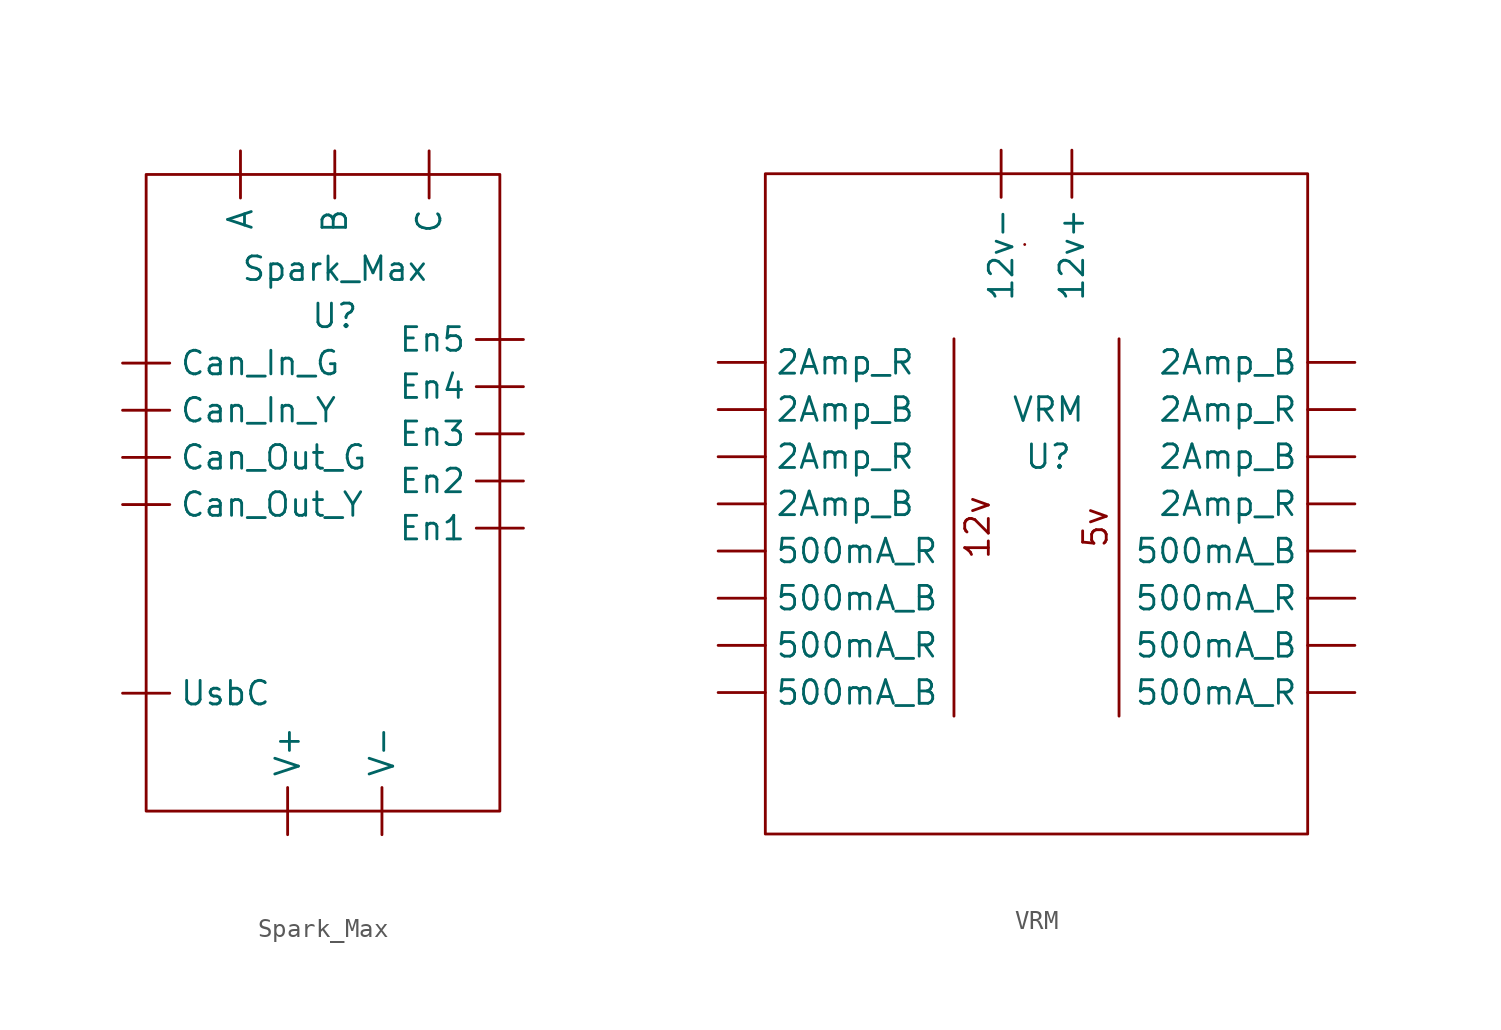
<source format=kicad_sym>
(kicad_symbol_lib
  (version 20211014)
  (generator kicad_symbol_editor)
  (symbol "Spark_Max"
    (property "Reference" "U"
      (at -3.81 -2.54 0)
      (effects (font (size 1.27 1.27))))
    (property "Value" "Spark_Max"
      (at -3.81 0 0)
      (effects (font (size 1.27 1.27))))
    (symbol "Spark_Max_0_0"
      (pin input line (at -15.24 -5.08 0) (length 2.54) (name "Can_In_G" (effects (font (size 1.27 1.27)))) (number "" (effects (font (size 1.27 1.27)))))
      (pin input line (at -15.24 -7.62 0) (length 2.54) (name "Can_In_Y" (effects (font (size 1.27 1.27)))) (number "" (effects (font (size 1.27 1.27)))))
      (pin input line (at -15.24 -10.16 0) (length 2.54) (name "Can_Out_G" (effects (font (size 1.27 1.27)))) (number "" (effects (font (size 1.27 1.27)))))
      (pin input line (at -15.24 -12.7 0) (length 2.54) (name "Can_Out_Y" (effects (font (size 1.27 1.27)))) (number "" (effects (font (size 1.27 1.27)))))
      (pin input line (at 6.35 -13.97 180) (length 2.54) (name "En1" (effects (font (size 1.27 1.27)))) (number "" (effects (font (size 1.27 1.27)))))
      (pin input line (at 6.35 -11.43 180) (length 2.54) (name "En2" (effects (font (size 1.27 1.27)))) (number "" (effects (font (size 1.27 1.27)))))
      (pin input line (at 6.35 -8.89 180) (length 2.54) (name "En3" (effects (font (size 1.27 1.27)))) (number "" (effects (font (size 1.27 1.27)))))
      (pin input line (at 6.35 -6.35 180) (length 2.54) (name "En4" (effects (font (size 1.27 1.27)))) (number "" (effects (font (size 1.27 1.27)))))
      (pin input line (at 6.35 -3.81 180) (length 2.54) (name "En5" (effects (font (size 1.27 1.27)))) (number "" (effects (font (size 1.27 1.27)))))
      (pin input line (at -15.24 -22.86 0) (length 2.54) (name "UsbC" (effects (font (size 1.27 1.27)))) (number "" (effects (font (size 1.27 1.27))))))
    (symbol "Spark_Max_0_1"
      (rectangle (start -13.97 5.08) (end 5.08 -29.21) (stroke (width 0) (type default) (color 0 0 0 0)) (fill (type none))))
    (symbol "Spark_Max_1_1"
      (pin input line (at -8.89 6.35 270) (length 2.54) (name "A" (effects (font (size 1.27 1.27)))) (number "" (effects (font (size 1.27 1.27)))))
      (pin input line (at -3.81 6.35 270) (length 2.54) (name "B" (effects (font (size 1.27 1.27)))) (number "" (effects (font (size 1.27 1.27)))))
      (pin input line (at 1.27 6.35 270) (length 2.54) (name "C" (effects (font (size 1.27 1.27)))) (number "" (effects (font (size 1.27 1.27)))))
      (pin input line (at -6.35 -30.48 90) (length 2.54) (name "V+" (effects (font (size 1.27 1.27)))) (number "" (effects (font (size 1.27 1.27)))))
      (pin input line (at -1.27 -30.48 90) (length 2.54) (name "V-" (effects (font (size 1.27 1.27)))) (number "" (effects (font (size 1.27 1.27)))))))
  (symbol "VRM"
    (property "Reference" "U"
      (at -30.48 5.08 0)
      (effects (font (size 1.27 1.27))))
    (property "Value" "VRM"
      (at -30.48 7.62 0)
      (effects (font (size 1.27 1.27))))
    (symbol "VRM_0_0"
      (rectangle (start -45.72 20.32) (end -16.51 -15.24) (stroke (width 0) (type default) (color 0 0 0 0)) (fill (type none)))
      (rectangle (start -31.75 16.51) (end -31.75 16.51) (stroke (width 0) (type default) (color 0 0 0 0)) (fill (type none)))
      (polyline (pts (xy -35.56 11.43) (xy -35.56 -8.89)) (stroke (width 0) (type default) (color 0 0 0 0)) (fill (type none)))
      (polyline (pts (xy -26.67 11.43) (xy -26.67 -8.89)) (stroke (width 0) (type default) (color 0 0 0 0)) (fill (type none)))
      (text "12v" (at -34.29 1.27 900) (effects (font (size 1.27 1.27))))
      (text "5v" (at -27.94 1.27 900) (effects (font (size 1.27 1.27))))
      (pin input line (at -29.21 21.59 270) (length 2.54) (name "12v+" (effects (font (size 1.27 1.27)))) (number "" (effects (font (size 1.27 1.27)))))
      (pin input line (at -33.02 21.59 270) (length 2.54) (name "12v-" (effects (font (size 1.27 1.27)))) (number "" (effects (font (size 1.27 1.27)))))
      (pin output line (at -48.26 2.54 0) (length 2.54) (name "2Amp_B" (effects (font (size 1.27 1.27)))) (number "" (effects (font (size 1.27 1.27)))))
      (pin output line (at -48.26 7.62 0) (length 2.54) (name "2Amp_B" (effects (font (size 1.27 1.27)))) (number "" (effects (font (size 1.27 1.27)))))
      (pin output line (at -13.97 5.08 180) (length 2.54) (name "2Amp_B" (effects (font (size 1.27 1.27)))) (number "" (effects (font (size 1.27 1.27)))))
      (pin output line (at -13.97 10.16 180) (length 2.54) (name "2Amp_B" (effects (font (size 1.27 1.27)))) (number "" (effects (font (size 1.27 1.27)))))
      (pin output line (at -48.26 5.08 0) (length 2.54) (name "2Amp_R" (effects (font (size 1.27 1.27)))) (number "" (effects (font (size 1.27 1.27)))))
      (pin output line (at -48.26 10.16 0) (length 2.54) (name "2Amp_R" (effects (font (size 1.27 1.27)))) (number "" (effects (font (size 1.27 1.27)))))
      (pin output line (at -13.97 2.54 180) (length 2.54) (name "2Amp_R" (effects (font (size 1.27 1.27)))) (number "" (effects (font (size 1.27 1.27)))))
      (pin output line (at -13.97 7.62 180) (length 2.54) (name "2Amp_R" (effects (font (size 1.27 1.27)))) (number "" (effects (font (size 1.27 1.27)))))
      (pin output line (at -48.26 -7.62 0) (length 2.54) (name "500mA_B" (effects (font (size 1.27 1.27)))) (number "" (effects (font (size 1.27 1.27)))))
      (pin output line (at -48.26 -2.54 0) (length 2.54) (name "500mA_B" (effects (font (size 1.27 1.27)))) (number "" (effects (font (size 1.27 1.27)))))
      (pin output line (at -13.97 -5.08 180) (length 2.54) (name "500mA_B" (effects (font (size 1.27 1.27)))) (number "" (effects (font (size 1.27 1.27)))))
      (pin output line (at -13.97 0 180) (length 2.54) (name "500mA_B" (effects (font (size 1.27 1.27)))) (number "" (effects (font (size 1.27 1.27)))))
      (pin output line (at -48.26 -5.08 0) (length 2.54) (name "500mA_R" (effects (font (size 1.27 1.27)))) (number "" (effects (font (size 1.27 1.27)))))
      (pin output line (at -48.26 0 0) (length 2.54) (name "500mA_R" (effects (font (size 1.27 1.27)))) (number "" (effects (font (size 1.27 1.27)))))
      (pin output line (at -13.97 -7.62 180) (length 2.54) (name "500mA_R" (effects (font (size 1.27 1.27)))) (number "" (effects (font (size 1.27 1.27)))))
      (pin output line (at -13.97 -2.54 180) (length 2.54) (name "500mA_R" (effects (font (size 1.27 1.27)))) (number "" (effects (font (size 1.27 1.27))))))))
</source>
